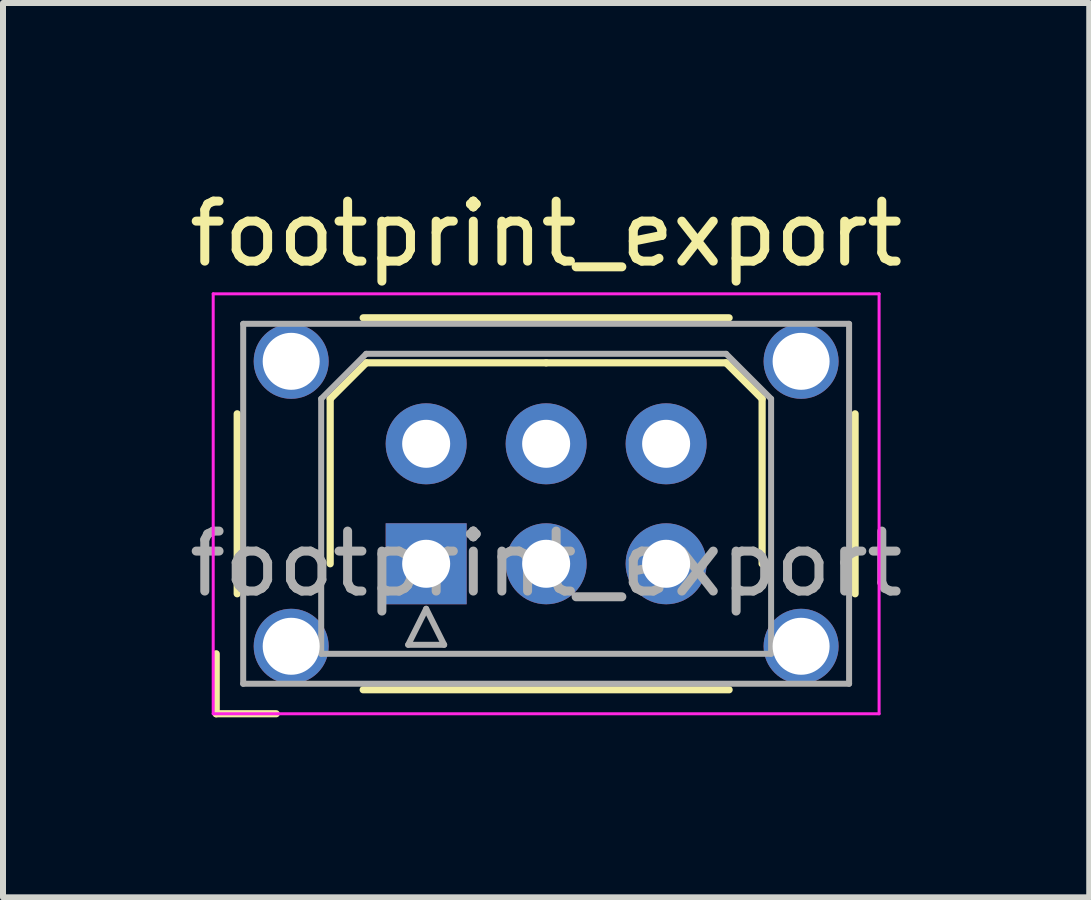
<source format=kicad_pcb>
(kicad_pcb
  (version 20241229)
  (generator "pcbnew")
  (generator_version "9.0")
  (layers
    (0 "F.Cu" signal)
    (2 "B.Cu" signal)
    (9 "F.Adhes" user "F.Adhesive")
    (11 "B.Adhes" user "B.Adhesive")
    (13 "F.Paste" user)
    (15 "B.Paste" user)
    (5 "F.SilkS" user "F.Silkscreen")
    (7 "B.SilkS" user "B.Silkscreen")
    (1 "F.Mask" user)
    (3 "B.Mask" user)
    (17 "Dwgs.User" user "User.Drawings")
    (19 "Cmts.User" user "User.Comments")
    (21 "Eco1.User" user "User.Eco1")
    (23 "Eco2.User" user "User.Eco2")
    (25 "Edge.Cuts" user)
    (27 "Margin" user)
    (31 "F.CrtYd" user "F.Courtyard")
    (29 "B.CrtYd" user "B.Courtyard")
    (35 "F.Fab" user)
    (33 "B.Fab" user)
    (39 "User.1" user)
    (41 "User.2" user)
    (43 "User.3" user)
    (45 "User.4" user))
  (footprint "footprint_export"
    (layer "F.Cu")
    (at 4.054 6.348)
    (property "Reference" "footprint_export" (at 2 -5.5 0) (layer "F.SilkS") (effects (font (size 1 1) (thickness 0.15))))
    (attr through_hole)
    (fp_line (start -3.5 1.5) (end -3.5 2.5) (stroke (width 0.12) (type solid)) (layer "F.SilkS"))
    (fp_line (start -3.5 2.5) (end -2.5 2.5) (stroke (width 0.12) (type solid)) (layer "F.SilkS"))
    (fp_line (start -3.15 -2.5) (end -3.15 0.5) (stroke (width 0.12) (type solid)) (layer "F.SilkS"))
    (fp_line (start -1.6 -2.75) (end -1 -3.35) (stroke (width 0.12) (type solid)) (layer "F.SilkS"))
    (fp_line (start -1.6 0) (end -1.6 -2.75) (stroke (width 0.12) (type solid)) (layer "F.SilkS"))
    (fp_line (start -1.05 -4.1) (end 5.05 -4.1) (stroke (width 0.12) (type solid)) (layer "F.SilkS"))
    (fp_line (start -1.05 2.1) (end 5.05 2.1) (stroke (width 0.12) (type solid)) (layer "F.SilkS"))
    (fp_line (start -1 -3.35) (end 2 -3.35) (stroke (width 0.12) (type solid)) (layer "F.SilkS"))
    (fp_line (start 5 -3.35) (end 2 -3.35) (stroke (width 0.12) (type solid)) (layer "F.SilkS"))
    (fp_line (start 5.6 -2.75) (end 5 -3.35) (stroke (width 0.12) (type solid)) (layer "F.SilkS"))
    (fp_line (start 5.6 0) (end 5.6 -2.75) (stroke (width 0.12) (type solid)) (layer "F.SilkS"))
    (fp_line (start 7.15 -2.5) (end 7.15 0.5) (stroke (width 0.12) (type solid)) (layer "F.SilkS"))
    (fp_line (start -3.55 -4.5) (end -3.55 2.5) (stroke (width 0.05) (type solid)) (layer "F.CrtYd"))
    (fp_line (start -3.55 2.5) (end 7.55 2.5) (stroke (width 0.05) (type solid)) (layer "F.CrtYd"))
    (fp_line (start 7.55 -4.5) (end -3.55 -4.5) (stroke (width 0.05) (type solid)) (layer "F.CrtYd"))
    (fp_line (start 7.55 2.5) (end 7.55 -4.5) (stroke (width 0.05) (type solid)) (layer "F.CrtYd"))
    (fp_line (start -3.05 -4) (end -3.05 2) (stroke (width 0.1) (type solid)) (layer "F.Fab"))
    (fp_line (start -3.05 2) (end 7.05 2) (stroke (width 0.1) (type solid)) (layer "F.Fab"))
    (fp_line (start -1.75 -2.75) (end -1 -3.5) (stroke (width 0.1) (type solid)) (layer "F.Fab"))
    (fp_line (start -1.75 1.5) (end -1.75 -2.75) (stroke (width 0.1) (type solid)) (layer "F.Fab"))
    (fp_line (start -1 -3.5) (end 5 -3.5) (stroke (width 0.1) (type solid)) (layer "F.Fab"))
    (fp_line (start -0.3 1.35) (end 0.3 1.35) (stroke (width 0.1) (type solid)) (layer "F.Fab"))
    (fp_line (start 0 0.75) (end -0.3 1.35) (stroke (width 0.1) (type solid)) (layer "F.Fab"))
    (fp_line (start 0.3 1.35) (end 0 0.75) (stroke (width 0.1) (type solid)) (layer "F.Fab"))
    (fp_line (start 5 -3.5) (end 5.75 -2.75) (stroke (width 0.1) (type solid)) (layer "F.Fab"))
    (fp_line (start 5.75 -2.75) (end 5.75 1.5) (stroke (width 0.1) (type solid)) (layer "F.Fab"))
    (fp_line (start 5.75 1.5) (end -1.75 1.5) (stroke (width 0.1) (type solid)) (layer "F.Fab"))
    (fp_line (start 7.05 -4) (end -3.05 -4) (stroke (width 0.1) (type solid)) (layer "F.Fab"))
    (fp_line (start 7.05 2) (end 7.05 -4) (stroke (width 0.1) (type solid)) (layer "F.Fab"))
    (fp_text user "${REFERENCE}" (at 2 0 0) (layer "F.Fab") (effects (font (size 1 1) (thickness 0.15))))
    (pad "" thru_hole circle (at -2.25 -3.375) (size 1.25 1.25) (drill 0.95) (layers "*.Cu" "*.Mask"))
    (pad "" thru_hole circle (at -2.25 1.375) (size 1.25 1.25) (drill 0.95) (layers "*.Cu" "*.Mask"))
    (pad "" thru_hole circle (at 6.25 -3.375) (size 1.25 1.25) (drill 0.95) (layers "*.Cu" "*.Mask"))
    (pad "" thru_hole circle (at 6.25 1.375) (size 1.25 1.25) (drill 0.95) (layers "*.Cu" "*.Mask"))
    (pad "1" thru_hole rect (at 0 0) (size 1.35 1.35) (drill 0.8) (layers "*.Cu" "*.Mask"))
    (pad "2" thru_hole circle (at 0 -2) (size 1.35 1.35) (drill 0.8) (layers "*.Cu" "*.Mask"))
    (pad "3" thru_hole circle (at 2 0) (size 1.35 1.35) (drill 0.8) (layers "*.Cu" "*.Mask"))
    (pad "4" thru_hole circle (at 2 -2) (size 1.35 1.35) (drill 0.8) (layers "*.Cu" "*.Mask"))
    (pad "5" thru_hole circle (at 4 0) (size 1.35 1.35) (drill 0.8) (layers "*.Cu" "*.Mask"))
    (pad "6" thru_hole circle (at 4 -2) (size 1.35 1.35) (drill 0.8) (layers "*.Cu" "*.Mask")))
  (gr_rect
    (start -3 -3)
    (end 15.107 11.908)
    (stroke (width 0.1) (type default))
    (fill no)
    (layer "Edge.Cuts")))
</source>
